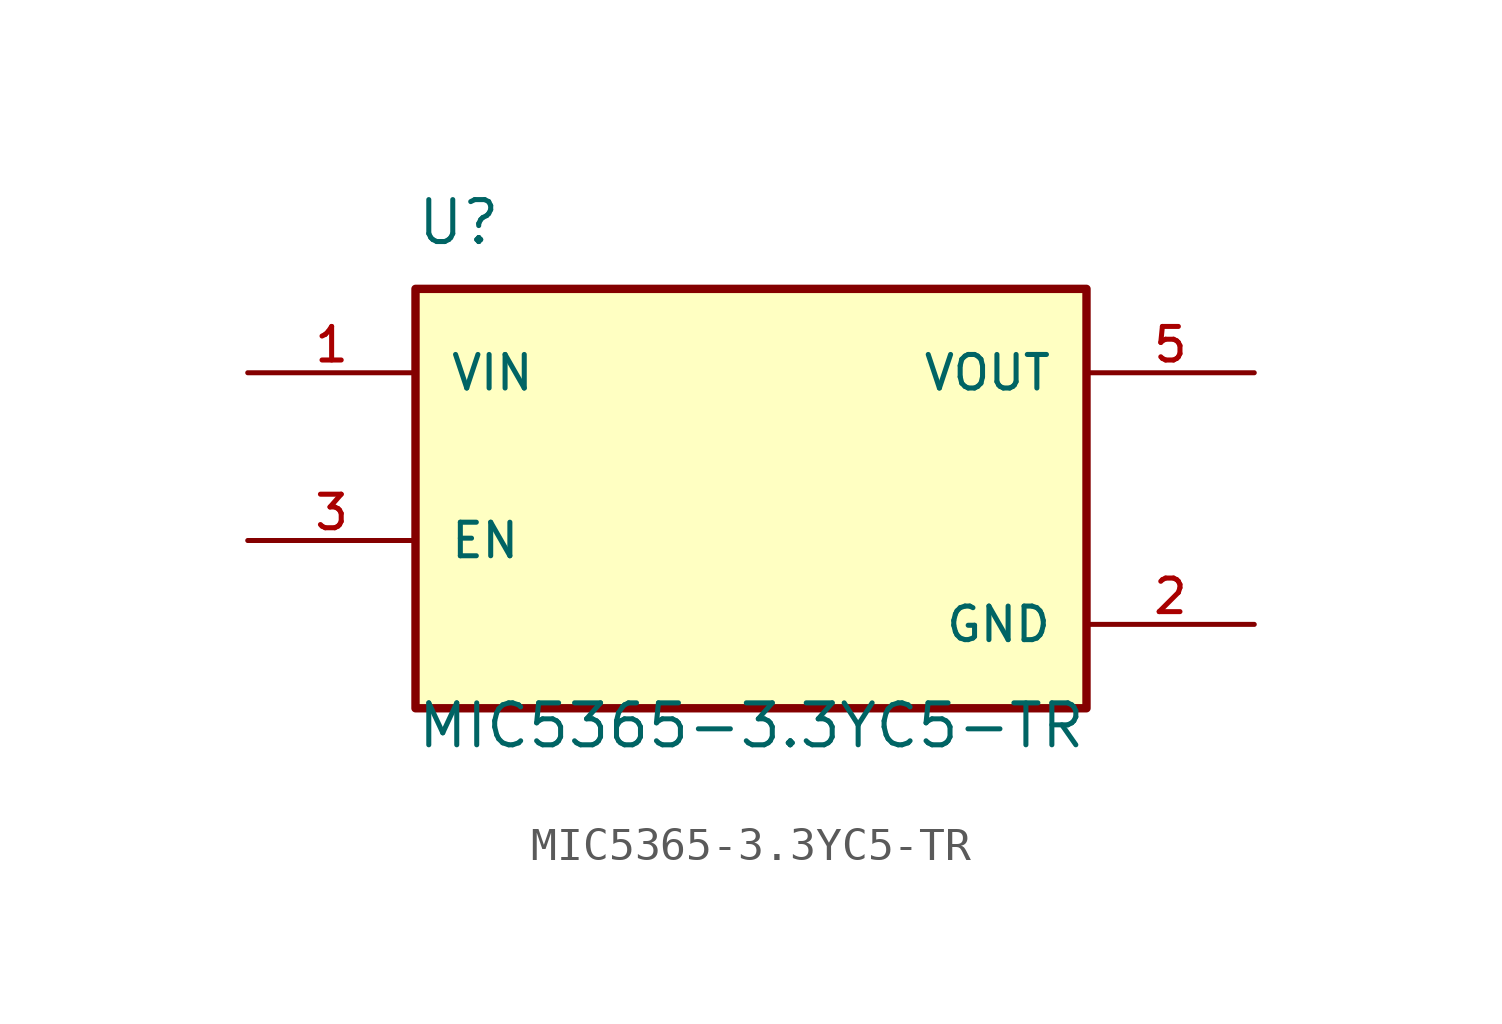
<source format=kicad_sym>
(kicad_symbol_lib
  (version 20211014)
  (generator kicad_symbol_editor)
  (symbol "MIC5365-3.3YC5-TR"
    (pin_names
      (offset 1.016))
    (property "Reference" "U"
      (at -10.16 6.35 0)
      (effects (font (size 1.27 1.27)) (justify left bottom)))
    (property "Value" "MIC5365-3.3YC5-TR"
      (at -10.16 -8.89 0)
      (effects (font (size 1.27 1.27)) (justify left bottom)))
    (property "ki_locked" ""
      (at 0 0 0)
      (effects (font (size 1.27 1.27))))
    (symbol "MIC5365-3.3YC5-TR_0_0"
      (rectangle (start -10.16 -7.62) (end 10.16 5.08) (stroke (width 0.254) (type default) (color 0 0 0 0)) (fill (type background)))
      (pin input line (at -15.24 2.54 0) (length 5.08) (name "VIN" (effects (font (size 1.016 1.016)))) (number "1" (effects (font (size 1.016 1.016)))))
      (pin power_in line (at 15.24 -5.08 180) (length 5.08) (name "GND" (effects (font (size 1.016 1.016)))) (number "2" (effects (font (size 1.016 1.016)))))
      (pin input line (at -15.24 -2.54 0) (length 5.08) (name "EN" (effects (font (size 1.016 1.016)))) (number "3" (effects (font (size 1.016 1.016)))))
      (pin output line (at 15.24 2.54 180) (length 5.08) (name "VOUT" (effects (font (size 1.016 1.016)))) (number "5" (effects (font (size 1.016 1.016))))))))
</source>
